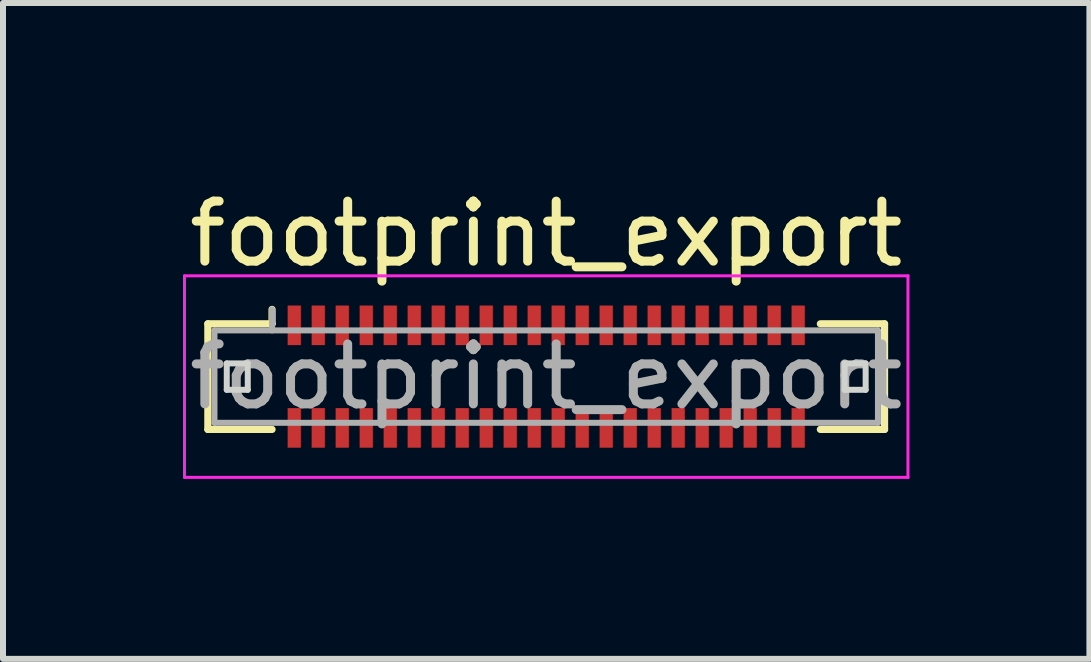
<source format=kicad_pcb>
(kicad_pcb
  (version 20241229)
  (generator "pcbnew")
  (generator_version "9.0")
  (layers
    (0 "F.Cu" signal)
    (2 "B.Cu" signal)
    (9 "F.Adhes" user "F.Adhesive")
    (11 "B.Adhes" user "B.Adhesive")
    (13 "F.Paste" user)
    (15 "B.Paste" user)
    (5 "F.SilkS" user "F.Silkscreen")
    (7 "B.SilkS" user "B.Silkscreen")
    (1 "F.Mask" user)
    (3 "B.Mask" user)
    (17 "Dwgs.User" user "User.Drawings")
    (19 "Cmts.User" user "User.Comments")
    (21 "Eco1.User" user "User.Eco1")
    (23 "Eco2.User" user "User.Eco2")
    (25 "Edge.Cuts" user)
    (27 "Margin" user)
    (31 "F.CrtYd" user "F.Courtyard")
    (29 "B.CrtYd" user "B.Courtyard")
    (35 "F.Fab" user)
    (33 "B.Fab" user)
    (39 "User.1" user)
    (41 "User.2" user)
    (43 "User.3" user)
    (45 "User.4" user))
  (footprint "footprint_export"
    (layer "F.Cu")
    (at 6.055 3.228)
    (property "Reference" "footprint_export" (at 0 -2.38 0) (layer "F.SilkS") (effects (font (size 1 1) (thickness 0.15))))
    (attr smd)
    (fp_line (start -5.64 -0.88) (end -4.57 -0.88) (stroke (width 0.12) (type solid)) (layer "F.SilkS"))
    (fp_line (start -5.64 0.88) (end -5.64 -0.88) (stroke (width 0.12) (type solid)) (layer "F.SilkS"))
    (fp_line (start -4.57 -0.88) (end -4.57 -1.12) (stroke (width 0.12) (type solid)) (layer "F.SilkS"))
    (fp_line (start -4.57 0.88) (end -5.64 0.88) (stroke (width 0.12) (type solid)) (layer "F.SilkS"))
    (fp_line (start 4.57 0.88) (end 5.64 0.88) (stroke (width 0.12) (type solid)) (layer "F.SilkS"))
    (fp_line (start 5.64 -0.88) (end 4.57 -0.88) (stroke (width 0.12) (type solid)) (layer "F.SilkS"))
    (fp_line (start 5.64 0.88) (end 5.64 -0.88) (stroke (width 0.12) (type solid)) (layer "F.SilkS"))
    (fp_line (start -5.325 -0.22) (end -5.325 0.22) (stroke (width 0.1) (type solid)) (layer "Edge.Cuts"))
    (fp_line (start -5.325 0.22) (end -4.975 0.22) (stroke (width 0.1) (type solid)) (layer "Edge.Cuts"))
    (fp_line (start -4.975 -0.22) (end -5.325 -0.22) (stroke (width 0.1) (type solid)) (layer "Edge.Cuts"))
    (fp_line (start -4.975 0.22) (end -4.975 -0.22) (stroke (width 0.1) (type solid)) (layer "Edge.Cuts"))
    (fp_line (start 4.975 -0.22) (end 4.975 0.22) (stroke (width 0.1) (type solid)) (layer "Edge.Cuts"))
    (fp_line (start 4.975 0.22) (end 5.325 0.22) (stroke (width 0.1) (type solid)) (layer "Edge.Cuts"))
    (fp_line (start 5.325 -0.22) (end 4.975 -0.22) (stroke (width 0.1) (type solid)) (layer "Edge.Cuts"))
    (fp_line (start 5.325 0.22) (end 5.325 -0.22) (stroke (width 0.1) (type solid)) (layer "Edge.Cuts"))
    (fp_line (start -6.03 -1.68) (end -6.03 1.68) (stroke (width 0.05) (type solid)) (layer "F.CrtYd"))
    (fp_line (start -6.03 1.68) (end 6.03 1.68) (stroke (width 0.05) (type solid)) (layer "F.CrtYd"))
    (fp_line (start 6.03 -1.68) (end -6.03 -1.68) (stroke (width 0.05) (type solid)) (layer "F.CrtYd"))
    (fp_line (start 6.03 1.68) (end 6.03 -1.68) (stroke (width 0.05) (type solid)) (layer "F.CrtYd"))
    (fp_line (start -5.53 -0.77) (end -5.53 0.77) (stroke (width 0.1) (type solid)) (layer "F.Fab"))
    (fp_line (start -5.53 0.77) (end 5.53 0.77) (stroke (width 0.1) (type solid)) (layer "F.Fab"))
    (fp_line (start -4.57 -0.77) (end -4.57 -1.12) (stroke (width 0.1) (type solid)) (layer "F.Fab"))
    (fp_line (start 5.53 -0.77) (end -5.53 -0.77) (stroke (width 0.1) (type solid)) (layer "F.Fab"))
    (fp_line (start 5.53 0.77) (end 5.53 -0.77) (stroke (width 0.1) (type solid)) (layer "F.Fab"))
    (fp_text user "${REFERENCE}" (at 0 0 0) (layer "F.Fab") (effects (font (size 1 1) (thickness 0.15))))
    (pad "1" smd rect (at -4.2 -0.855) (size 0.22 0.66) (layers "F.Cu" "F.Mask" "F.Paste"))
    (pad "2" smd rect (at -4.2 0.855) (size 0.22 0.66) (layers "F.Cu" "F.Mask" "F.Paste"))
    (pad "3" smd rect (at -3.8 -0.855) (size 0.22 0.66) (layers "F.Cu" "F.Mask" "F.Paste"))
    (pad "4" smd rect (at -3.8 0.855) (size 0.22 0.66) (layers "F.Cu" "F.Mask" "F.Paste"))
    (pad "5" smd rect (at -3.4 -0.855) (size 0.22 0.66) (layers "F.Cu" "F.Mask" "F.Paste"))
    (pad "6" smd rect (at -3.4 0.855) (size 0.22 0.66) (layers "F.Cu" "F.Mask" "F.Paste"))
    (pad "7" smd rect (at -3 -0.855) (size 0.22 0.66) (layers "F.Cu" "F.Mask" "F.Paste"))
    (pad "8" smd rect (at -3 0.855) (size 0.22 0.66) (layers "F.Cu" "F.Mask" "F.Paste"))
    (pad "9" smd rect (at -2.6 -0.855) (size 0.22 0.66) (layers "F.Cu" "F.Mask" "F.Paste"))
    (pad "10" smd rect (at -2.6 0.855) (size 0.22 0.66) (layers "F.Cu" "F.Mask" "F.Paste"))
    (pad "11" smd rect (at -2.2 -0.855) (size 0.22 0.66) (layers "F.Cu" "F.Mask" "F.Paste"))
    (pad "12" smd rect (at -2.2 0.855) (size 0.22 0.66) (layers "F.Cu" "F.Mask" "F.Paste"))
    (pad "13" smd rect (at -1.8 -0.855) (size 0.22 0.66) (layers "F.Cu" "F.Mask" "F.Paste"))
    (pad "14" smd rect (at -1.8 0.855) (size 0.22 0.66) (layers "F.Cu" "F.Mask" "F.Paste"))
    (pad "15" smd rect (at -1.4 -0.855) (size 0.22 0.66) (layers "F.Cu" "F.Mask" "F.Paste"))
    (pad "16" smd rect (at -1.4 0.855) (size 0.22 0.66) (layers "F.Cu" "F.Mask" "F.Paste"))
    (pad "17" smd rect (at -1 -0.855) (size 0.22 0.66) (layers "F.Cu" "F.Mask" "F.Paste"))
    (pad "18" smd rect (at -1 0.855) (size 0.22 0.66) (layers "F.Cu" "F.Mask" "F.Paste"))
    (pad "19" smd rect (at -0.6 -0.855) (size 0.22 0.66) (layers "F.Cu" "F.Mask" "F.Paste"))
    (pad "20" smd rect (at -0.6 0.855) (size 0.22 0.66) (layers "F.Cu" "F.Mask" "F.Paste"))
    (pad "21" smd rect (at -0.2 -0.855) (size 0.22 0.66) (layers "F.Cu" "F.Mask" "F.Paste"))
    (pad "22" smd rect (at -0.2 0.855) (size 0.22 0.66) (layers "F.Cu" "F.Mask" "F.Paste"))
    (pad "23" smd rect (at 0.2 -0.855) (size 0.22 0.66) (layers "F.Cu" "F.Mask" "F.Paste"))
    (pad "24" smd rect (at 0.2 0.855) (size 0.22 0.66) (layers "F.Cu" "F.Mask" "F.Paste"))
    (pad "25" smd rect (at 0.6 -0.855) (size 0.22 0.66) (layers "F.Cu" "F.Mask" "F.Paste"))
    (pad "26" smd rect (at 0.6 0.855) (size 0.22 0.66) (layers "F.Cu" "F.Mask" "F.Paste"))
    (pad "27" smd rect (at 1 -0.855) (size 0.22 0.66) (layers "F.Cu" "F.Mask" "F.Paste"))
    (pad "28" smd rect (at 1 0.855) (size 0.22 0.66) (layers "F.Cu" "F.Mask" "F.Paste"))
    (pad "29" smd rect (at 1.4 -0.855) (size 0.22 0.66) (layers "F.Cu" "F.Mask" "F.Paste"))
    (pad "30" smd rect (at 1.4 0.855) (size 0.22 0.66) (layers "F.Cu" "F.Mask" "F.Paste"))
    (pad "31" smd rect (at 1.8 -0.855) (size 0.22 0.66) (layers "F.Cu" "F.Mask" "F.Paste"))
    (pad "32" smd rect (at 1.8 0.855) (size 0.22 0.66) (layers "F.Cu" "F.Mask" "F.Paste"))
    (pad "33" smd rect (at 2.2 -0.855) (size 0.22 0.66) (layers "F.Cu" "F.Mask" "F.Paste"))
    (pad "34" smd rect (at 2.2 0.855) (size 0.22 0.66) (layers "F.Cu" "F.Mask" "F.Paste"))
    (pad "35" smd rect (at 2.6 -0.855) (size 0.22 0.66) (layers "F.Cu" "F.Mask" "F.Paste"))
    (pad "36" smd rect (at 2.6 0.855) (size 0.22 0.66) (layers "F.Cu" "F.Mask" "F.Paste"))
    (pad "37" smd rect (at 3 -0.855) (size 0.22 0.66) (layers "F.Cu" "F.Mask" "F.Paste"))
    (pad "38" smd rect (at 3 0.855) (size 0.22 0.66) (layers "F.Cu" "F.Mask" "F.Paste"))
    (pad "39" smd rect (at 3.4 -0.855) (size 0.22 0.66) (layers "F.Cu" "F.Mask" "F.Paste"))
    (pad "40" smd rect (at 3.4 0.855) (size 0.22 0.66) (layers "F.Cu" "F.Mask" "F.Paste"))
    (pad "41" smd rect (at 3.8 -0.855) (size 0.22 0.66) (layers "F.Cu" "F.Mask" "F.Paste"))
    (pad "42" smd rect (at 3.8 0.855) (size 0.22 0.66) (layers "F.Cu" "F.Mask" "F.Paste"))
    (pad "43" smd rect (at 4.2 -0.855) (size 0.22 0.66) (layers "F.Cu" "F.Mask" "F.Paste"))
    (pad "44" smd rect (at 4.2 0.855) (size 0.22 0.66) (layers "F.Cu" "F.Mask" "F.Paste")))
  (gr_rect
    (start -3 -3)
    (end 15.11 7.933)
    (stroke (width 0.1) (type default))
    (fill no)
    (layer "Edge.Cuts")))
</source>
